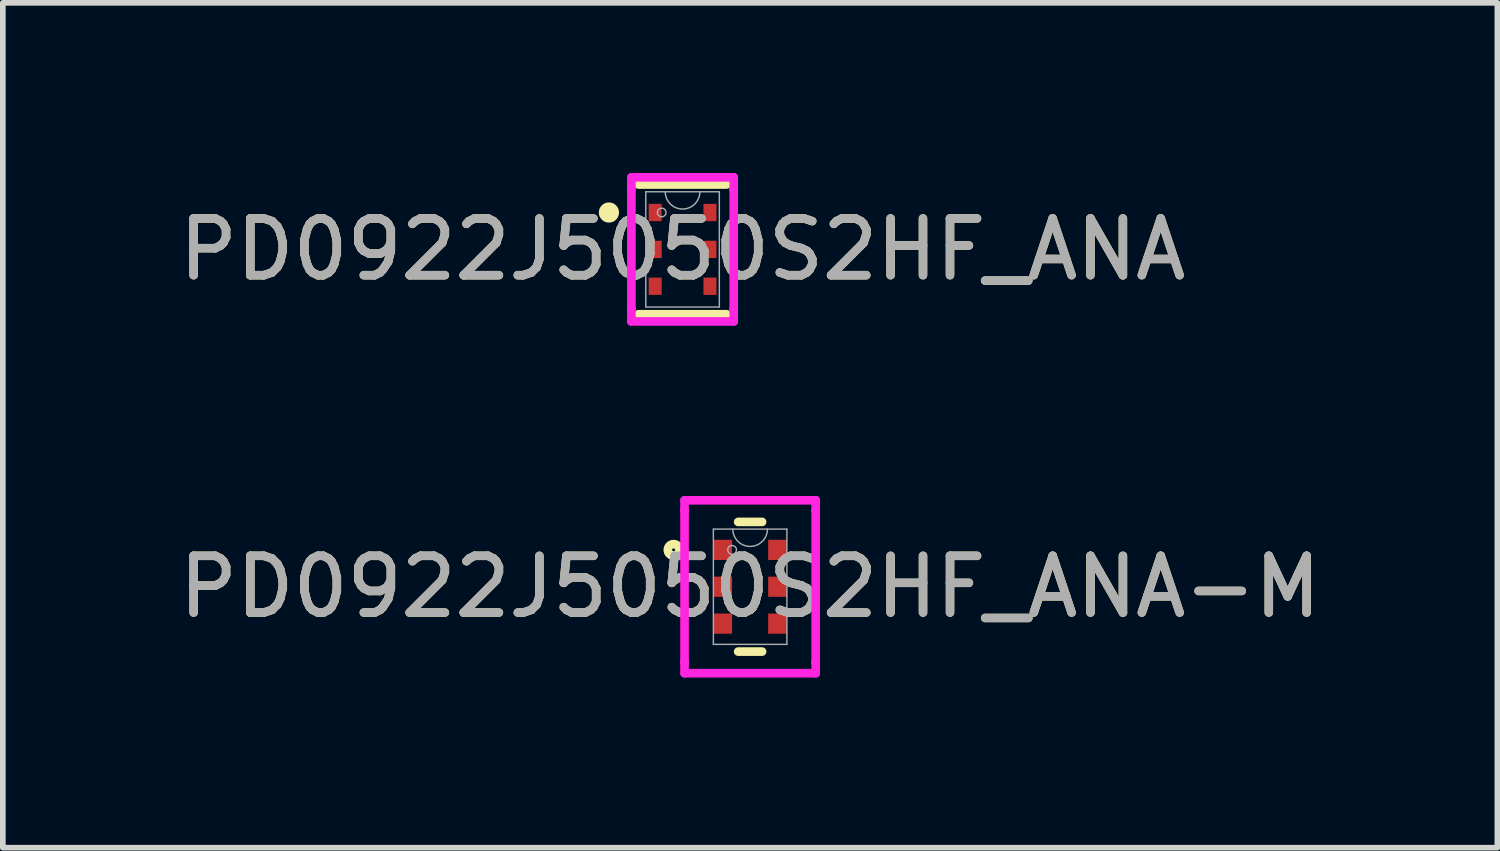
<source format=kicad_pcb>
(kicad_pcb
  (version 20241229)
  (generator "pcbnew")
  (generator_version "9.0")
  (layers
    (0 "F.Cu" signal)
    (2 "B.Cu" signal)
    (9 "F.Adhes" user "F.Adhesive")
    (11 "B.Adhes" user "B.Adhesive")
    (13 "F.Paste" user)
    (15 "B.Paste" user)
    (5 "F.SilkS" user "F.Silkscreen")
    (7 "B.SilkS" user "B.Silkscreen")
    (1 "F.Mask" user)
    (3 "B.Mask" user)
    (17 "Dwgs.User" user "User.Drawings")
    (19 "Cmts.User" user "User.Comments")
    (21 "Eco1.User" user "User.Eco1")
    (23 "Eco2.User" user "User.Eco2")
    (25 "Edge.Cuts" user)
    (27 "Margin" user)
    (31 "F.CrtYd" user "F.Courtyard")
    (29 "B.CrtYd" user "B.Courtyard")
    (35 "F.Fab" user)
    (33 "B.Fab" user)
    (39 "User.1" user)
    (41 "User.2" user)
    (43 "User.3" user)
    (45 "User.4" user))
  (footprint "PD0922J5050S2HF_ANA"
    (layer "F.Cu")
    (at 8.982 1.346)
    (property "Reference" "PD0922J5050S2HF_ANA" (at 0 0 0) (unlocked yes) (layer "F.SilkS") (effects (font (size 1 1) (thickness 0.15))))
    (attr smd)
    (fp_line (start -0.775 1.143) (end 0.775 1.143) (stroke (width 0.152) (type solid)) (layer "F.SilkS"))
    (fp_line (start 0.775 -1.143) (end -0.775 -1.143) (stroke (width 0.152) (type solid)) (layer "F.SilkS"))
    (fp_circle (center -1.298 -0.65) (end -1.196 -0.65) (stroke (width 0.152) (type solid)) (fill yes) (layer "F.SilkS"))
    (fp_line (start -0.902 -1.27) (end 0.902 -1.27) (stroke (width 0.152) (type solid)) (layer "F.CrtYd"))
    (fp_line (start -0.902 -1.056) (end -0.902 -1.27) (stroke (width 0.152) (type solid)) (layer "F.CrtYd"))
    (fp_line (start -0.902 -1.056) (end -0.902 -1.056) (stroke (width 0.152) (type solid)) (layer "F.CrtYd"))
    (fp_line (start -0.902 1.056) (end -0.902 -1.056) (stroke (width 0.152) (type solid)) (layer "F.CrtYd"))
    (fp_line (start -0.902 1.056) (end -0.902 1.056) (stroke (width 0.152) (type solid)) (layer "F.CrtYd"))
    (fp_line (start -0.902 1.27) (end -0.902 1.056) (stroke (width 0.152) (type solid)) (layer "F.CrtYd"))
    (fp_line (start 0.902 -1.27) (end 0.902 -1.056) (stroke (width 0.152) (type solid)) (layer "F.CrtYd"))
    (fp_line (start 0.902 -1.056) (end 0.902 -1.056) (stroke (width 0.152) (type solid)) (layer "F.CrtYd"))
    (fp_line (start 0.902 -1.056) (end 0.902 1.056) (stroke (width 0.152) (type solid)) (layer "F.CrtYd"))
    (fp_line (start 0.902 1.056) (end 0.902 1.056) (stroke (width 0.152) (type solid)) (layer "F.CrtYd"))
    (fp_line (start 0.902 1.056) (end 0.902 1.27) (stroke (width 0.152) (type solid)) (layer "F.CrtYd"))
    (fp_line (start 0.902 1.27) (end -0.902 1.27) (stroke (width 0.152) (type solid)) (layer "F.CrtYd"))
    (fp_line (start -0.648 -1.016) (end -0.648 1.016) (stroke (width 0.025) (type solid)) (layer "F.Fab"))
    (fp_line (start -0.648 1.016) (end 0.648 1.016) (stroke (width 0.025) (type solid)) (layer "F.Fab"))
    (fp_line (start 0.648 -1.016) (end -0.648 -1.016) (stroke (width 0.025) (type solid)) (layer "F.Fab"))
    (fp_line (start 0.648 1.016) (end 0.648 -1.016) (stroke (width 0.025) (type solid)) (layer "F.Fab"))
    (fp_arc (start 0.3048 -1.016) (mid 0 -0.7112) (end -0.3048 -1.016) (stroke (width 0.0254) (type solid)) (layer "F.Fab"))
    (fp_circle (center -0.368 -0.65) (end -0.292 -0.65) (stroke (width 0.025) (type solid)) (fill no) (layer "F.Fab"))
    (fp_text user "${REFERENCE}" (at 0 0 0) (unlocked yes) (layer "F.Fab") (effects (font (size 1 1) (thickness 0.15))))
    (pad "1" smd rect (at -0.483 -0.65) (size 0.229 0.305) (layers "F.Cu" "F.Mask" "F.Paste"))
    (pad "2" smd rect (at -0.483 0) (size 0.229 0.305) (layers "F.Cu" "F.Mask" "F.Paste"))
    (pad "3" smd rect (at -0.483 0.65) (size 0.229 0.305) (layers "F.Cu" "F.Mask" "F.Paste"))
    (pad "4" smd rect (at 0.483 0.65) (size 0.229 0.305) (layers "F.Cu" "F.Mask" "F.Paste"))
    (pad "5" smd rect (at 0.483 0) (size 0.229 0.305) (layers "F.Cu" "F.Mask" "F.Paste"))
    (pad "6" smd rect (at 0.483 -0.65) (size 0.229 0.305) (layers "F.Cu" "F.Mask" "F.Paste")))
  (footprint "PD0922J5050S2HF_ANA-M"
    (layer "F.Cu")
    (at 10.173 7.293)
    (property "Reference" "PD0922J5050S2HF_ANA-M" (at 0 0 0) (unlocked yes) (layer "F.SilkS") (effects (font (size 1 1) (thickness 0.15))))
    (attr smd)
    (fp_line (start -0.211 1.143) (end 0.211 1.143) (stroke (width 0.152) (type solid)) (layer "F.SilkS"))
    (fp_line (start 0.211 -1.143) (end -0.211 -1.143) (stroke (width 0.152) (type solid)) (layer "F.SilkS"))
    (fp_circle (center -1.349 -0.65) (end -1.247 -0.65) (stroke (width 0.152) (type solid)) (fill no) (layer "F.SilkS"))
    (fp_line (start -1.156 -1.524) (end 1.156 -1.524) (stroke (width 0.152) (type solid)) (layer "F.CrtYd"))
    (fp_line (start -1.156 -1.336) (end -1.156 -1.524) (stroke (width 0.152) (type solid)) (layer "F.CrtYd"))
    (fp_line (start -1.156 -1.336) (end -1.156 -1.336) (stroke (width 0.152) (type solid)) (layer "F.CrtYd"))
    (fp_line (start -1.156 1.336) (end -1.156 -1.336) (stroke (width 0.152) (type solid)) (layer "F.CrtYd"))
    (fp_line (start -1.156 1.336) (end -1.156 1.336) (stroke (width 0.152) (type solid)) (layer "F.CrtYd"))
    (fp_line (start -1.156 1.524) (end -1.156 1.336) (stroke (width 0.152) (type solid)) (layer "F.CrtYd"))
    (fp_line (start 1.156 -1.524) (end 1.156 -1.336) (stroke (width 0.152) (type solid)) (layer "F.CrtYd"))
    (fp_line (start 1.156 -1.336) (end 1.156 -1.336) (stroke (width 0.152) (type solid)) (layer "F.CrtYd"))
    (fp_line (start 1.156 -1.336) (end 1.156 1.336) (stroke (width 0.152) (type solid)) (layer "F.CrtYd"))
    (fp_line (start 1.156 1.336) (end 1.156 1.336) (stroke (width 0.152) (type solid)) (layer "F.CrtYd"))
    (fp_line (start 1.156 1.336) (end 1.156 1.524) (stroke (width 0.152) (type solid)) (layer "F.CrtYd"))
    (fp_line (start 1.156 1.524) (end -1.156 1.524) (stroke (width 0.152) (type solid)) (layer "F.CrtYd"))
    (fp_line (start -0.648 -1.016) (end -0.648 1.016) (stroke (width 0.025) (type solid)) (layer "F.Fab"))
    (fp_line (start -0.648 1.016) (end 0.648 1.016) (stroke (width 0.025) (type solid)) (layer "F.Fab"))
    (fp_line (start 0.648 -1.016) (end -0.648 -1.016) (stroke (width 0.025) (type solid)) (layer "F.Fab"))
    (fp_line (start 0.648 1.016) (end 0.648 -1.016) (stroke (width 0.025) (type solid)) (layer "F.Fab"))
    (fp_arc (start 0.3048 -1.016) (mid 0 -0.7112) (end -0.3048 -1.016) (stroke (width 0.0254) (type solid)) (layer "F.Fab"))
    (fp_circle (center -0.318 -0.65) (end -0.241 -0.65) (stroke (width 0.025) (type solid)) (fill no) (layer "F.Fab"))
    (fp_text user "${REFERENCE}" (at 0 0 0) (unlocked yes) (layer "F.Fab") (effects (font (size 1 1) (thickness 0.15))))
    (pad "1" smd rect (at -0.483 -0.65) (size 0.33 0.356) (layers "F.Cu" "F.Mask" "F.Paste"))
    (pad "2" smd rect (at -0.483 0) (size 0.33 0.356) (layers "F.Cu" "F.Mask" "F.Paste"))
    (pad "3" smd rect (at -0.483 0.65) (size 0.33 0.356) (layers "F.Cu" "F.Mask" "F.Paste"))
    (pad "4" smd rect (at 0.483 0.65) (size 0.33 0.356) (layers "F.Cu" "F.Mask" "F.Paste"))
    (pad "5" smd rect (at 0.483 0) (size 0.33 0.356) (layers "F.Cu" "F.Mask" "F.Paste"))
    (pad "6" smd rect (at 0.483 -0.65) (size 0.33 0.356) (layers "F.Cu" "F.Mask" "F.Paste")))
  (gr_rect
    (start -3 -3)
    (end 23.345 11.893)
    (stroke (width 0.1) (type default))
    (fill no)
    (layer "Edge.Cuts")))
</source>
